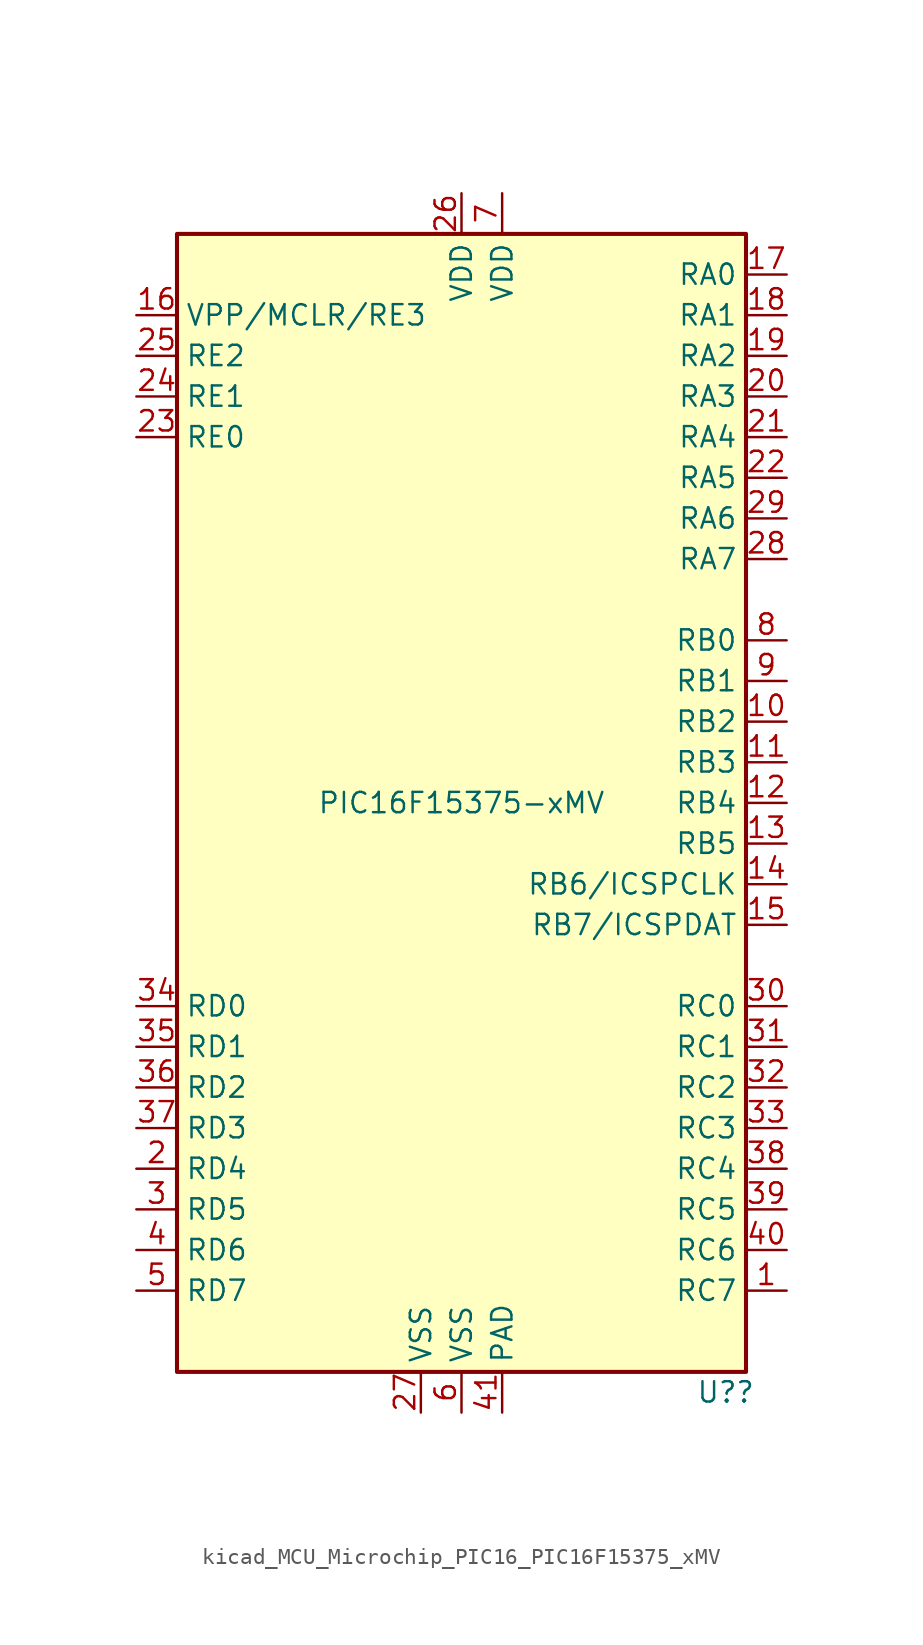
<source format=kicad_sym>
(kicad_symbol_lib
  (version 20220914)
  (generator kicad_symbol_editor)
  (symbol "kicad_MCU_Microchip_PIC16_PIC16F15375_xMV"
    (property "Reference" "U?"
      (at 16.51 -36.83 0)
      (effects (font (size 1.27 1.27))))
    (property "Value" "PIC16F15375-xMV"
      (at 0 0 0)
      (effects (font (size 1.27 1.27))))
    (symbol "kicad_MCU_Microchip_PIC16_PIC16F15375_xMV_0_0"
      (pin power_in line (at 2.54 -38.1 90) (length 2.54) (name "PAD" (effects (font (size 1.27 1.27)))) (number "41" (effects (font (size 1.27 1.27))))))
    (symbol "kicad_MCU_Microchip_PIC16_PIC16F15375_xMV_0_1"
      (rectangle (start -17.78 35.56) (end 17.78 -35.56) (stroke (width 0.254) (type default)) (fill (type background))))
    (symbol "kicad_MCU_Microchip_PIC16_PIC16F15375_xMV_1_1"
      (pin bidirectional line (at 20.32 -30.48 180) (length 2.54) (name "RC7" (effects (font (size 1.27 1.27)))) (number "1" (effects (font (size 1.27 1.27)))))
      (pin bidirectional line (at 20.32 5.08 180) (length 2.54) (name "RB2" (effects (font (size 1.27 1.27)))) (number "10" (effects (font (size 1.27 1.27)))))
      (pin bidirectional line (at 20.32 2.54 180) (length 2.54) (name "RB3" (effects (font (size 1.27 1.27)))) (number "11" (effects (font (size 1.27 1.27)))))
      (pin bidirectional line (at 20.32 0 180) (length 2.54) (name "RB4" (effects (font (size 1.27 1.27)))) (number "12" (effects (font (size 1.27 1.27)))))
      (pin bidirectional line (at 20.32 -2.54 180) (length 2.54) (name "RB5" (effects (font (size 1.27 1.27)))) (number "13" (effects (font (size 1.27 1.27)))))
      (pin bidirectional line (at 20.32 -5.08 180) (length 2.54) (name "RB6/ICSPCLK" (effects (font (size 1.27 1.27)))) (number "14" (effects (font (size 1.27 1.27)))))
      (pin bidirectional line (at 20.32 -7.62 180) (length 2.54) (name "RB7/ICSPDAT" (effects (font (size 1.27 1.27)))) (number "15" (effects (font (size 1.27 1.27)))))
      (pin bidirectional line (at -20.32 30.48 0) (length 2.54) (name "VPP/MCLR/RE3" (effects (font (size 1.27 1.27)))) (number "16" (effects (font (size 1.27 1.27)))))
      (pin bidirectional line (at 20.32 33.02 180) (length 2.54) (name "RA0" (effects (font (size 1.27 1.27)))) (number "17" (effects (font (size 1.27 1.27)))))
      (pin bidirectional line (at 20.32 30.48 180) (length 2.54) (name "RA1" (effects (font (size 1.27 1.27)))) (number "18" (effects (font (size 1.27 1.27)))))
      (pin bidirectional line (at 20.32 27.94 180) (length 2.54) (name "RA2" (effects (font (size 1.27 1.27)))) (number "19" (effects (font (size 1.27 1.27)))))
      (pin bidirectional line (at -20.32 -22.86 0) (length 2.54) (name "RD4" (effects (font (size 1.27 1.27)))) (number "2" (effects (font (size 1.27 1.27)))))
      (pin bidirectional line (at 20.32 25.4 180) (length 2.54) (name "RA3" (effects (font (size 1.27 1.27)))) (number "20" (effects (font (size 1.27 1.27)))))
      (pin bidirectional line (at 20.32 22.86 180) (length 2.54) (name "RA4" (effects (font (size 1.27 1.27)))) (number "21" (effects (font (size 1.27 1.27)))))
      (pin bidirectional line (at 20.32 20.32 180) (length 2.54) (name "RA5" (effects (font (size 1.27 1.27)))) (number "22" (effects (font (size 1.27 1.27)))))
      (pin bidirectional line (at -20.32 22.86 0) (length 2.54) (name "RE0" (effects (font (size 1.27 1.27)))) (number "23" (effects (font (size 1.27 1.27)))))
      (pin bidirectional line (at -20.32 25.4 0) (length 2.54) (name "RE1" (effects (font (size 1.27 1.27)))) (number "24" (effects (font (size 1.27 1.27)))))
      (pin bidirectional line (at -20.32 27.94 0) (length 2.54) (name "RE2" (effects (font (size 1.27 1.27)))) (number "25" (effects (font (size 1.27 1.27)))))
      (pin power_in line (at 0 38.1 270) (length 2.54) (name "VDD" (effects (font (size 1.27 1.27)))) (number "26" (effects (font (size 1.27 1.27)))))
      (pin power_in line (at -2.54 -38.1 90) (length 2.54) (name "VSS" (effects (font (size 1.27 1.27)))) (number "27" (effects (font (size 1.27 1.27)))))
      (pin bidirectional line (at 20.32 15.24 180) (length 2.54) (name "RA7" (effects (font (size 1.27 1.27)))) (number "28" (effects (font (size 1.27 1.27)))))
      (pin bidirectional line (at 20.32 17.78 180) (length 2.54) (name "RA6" (effects (font (size 1.27 1.27)))) (number "29" (effects (font (size 1.27 1.27)))))
      (pin bidirectional line (at -20.32 -25.4 0) (length 2.54) (name "RD5" (effects (font (size 1.27 1.27)))) (number "3" (effects (font (size 1.27 1.27)))))
      (pin bidirectional line (at 20.32 -12.7 180) (length 2.54) (name "RC0" (effects (font (size 1.27 1.27)))) (number "30" (effects (font (size 1.27 1.27)))))
      (pin bidirectional line (at 20.32 -15.24 180) (length 2.54) (name "RC1" (effects (font (size 1.27 1.27)))) (number "31" (effects (font (size 1.27 1.27)))))
      (pin bidirectional line (at 20.32 -17.78 180) (length 2.54) (name "RC2" (effects (font (size 1.27 1.27)))) (number "32" (effects (font (size 1.27 1.27)))))
      (pin bidirectional line (at 20.32 -20.32 180) (length 2.54) (name "RC3" (effects (font (size 1.27 1.27)))) (number "33" (effects (font (size 1.27 1.27)))))
      (pin bidirectional line (at -20.32 -12.7 0) (length 2.54) (name "RD0" (effects (font (size 1.27 1.27)))) (number "34" (effects (font (size 1.27 1.27)))))
      (pin bidirectional line (at -20.32 -15.24 0) (length 2.54) (name "RD1" (effects (font (size 1.27 1.27)))) (number "35" (effects (font (size 1.27 1.27)))))
      (pin bidirectional line (at -20.32 -17.78 0) (length 2.54) (name "RD2" (effects (font (size 1.27 1.27)))) (number "36" (effects (font (size 1.27 1.27)))))
      (pin bidirectional line (at -20.32 -20.32 0) (length 2.54) (name "RD3" (effects (font (size 1.27 1.27)))) (number "37" (effects (font (size 1.27 1.27)))))
      (pin bidirectional line (at 20.32 -22.86 180) (length 2.54) (name "RC4" (effects (font (size 1.27 1.27)))) (number "38" (effects (font (size 1.27 1.27)))))
      (pin bidirectional line (at 20.32 -25.4 180) (length 2.54) (name "RC5" (effects (font (size 1.27 1.27)))) (number "39" (effects (font (size 1.27 1.27)))))
      (pin bidirectional line (at -20.32 -27.94 0) (length 2.54) (name "RD6" (effects (font (size 1.27 1.27)))) (number "4" (effects (font (size 1.27 1.27)))))
      (pin bidirectional line (at 20.32 -27.94 180) (length 2.54) (name "RC6" (effects (font (size 1.27 1.27)))) (number "40" (effects (font (size 1.27 1.27)))))
      (pin bidirectional line (at -20.32 -30.48 0) (length 2.54) (name "RD7" (effects (font (size 1.27 1.27)))) (number "5" (effects (font (size 1.27 1.27)))))
      (pin power_in line (at 0 -38.1 90) (length 2.54) (name "VSS" (effects (font (size 1.27 1.27)))) (number "6" (effects (font (size 1.27 1.27)))))
      (pin power_in line (at 2.54 38.1 270) (length 2.54) (name "VDD" (effects (font (size 1.27 1.27)))) (number "7" (effects (font (size 1.27 1.27)))))
      (pin bidirectional line (at 20.32 10.16 180) (length 2.54) (name "RB0" (effects (font (size 1.27 1.27)))) (number "8" (effects (font (size 1.27 1.27)))))
      (pin bidirectional line (at 20.32 7.62 180) (length 2.54) (name "RB1" (effects (font (size 1.27 1.27)))) (number "9" (effects (font (size 1.27 1.27))))))))
</source>
